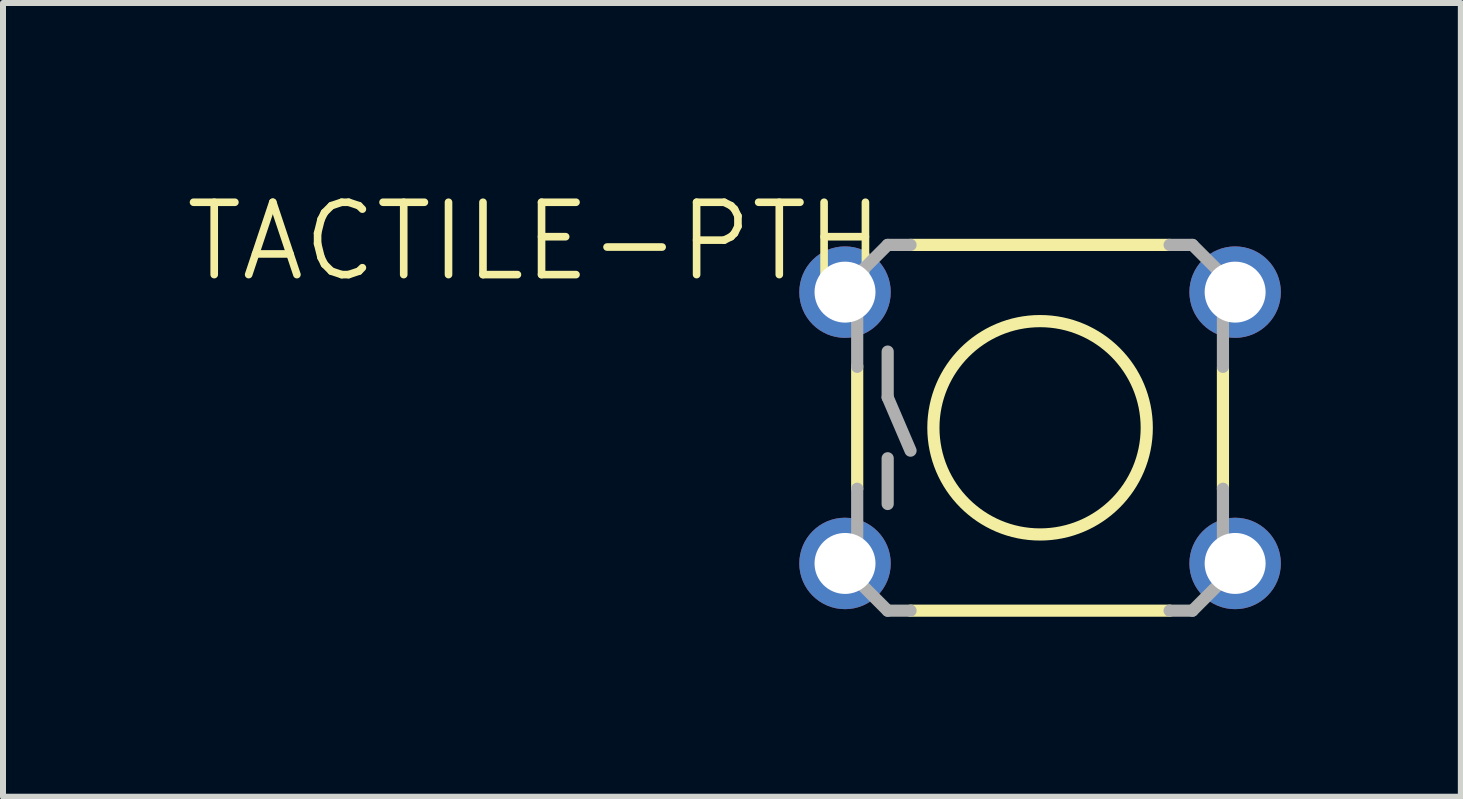
<source format=kicad_pcb>
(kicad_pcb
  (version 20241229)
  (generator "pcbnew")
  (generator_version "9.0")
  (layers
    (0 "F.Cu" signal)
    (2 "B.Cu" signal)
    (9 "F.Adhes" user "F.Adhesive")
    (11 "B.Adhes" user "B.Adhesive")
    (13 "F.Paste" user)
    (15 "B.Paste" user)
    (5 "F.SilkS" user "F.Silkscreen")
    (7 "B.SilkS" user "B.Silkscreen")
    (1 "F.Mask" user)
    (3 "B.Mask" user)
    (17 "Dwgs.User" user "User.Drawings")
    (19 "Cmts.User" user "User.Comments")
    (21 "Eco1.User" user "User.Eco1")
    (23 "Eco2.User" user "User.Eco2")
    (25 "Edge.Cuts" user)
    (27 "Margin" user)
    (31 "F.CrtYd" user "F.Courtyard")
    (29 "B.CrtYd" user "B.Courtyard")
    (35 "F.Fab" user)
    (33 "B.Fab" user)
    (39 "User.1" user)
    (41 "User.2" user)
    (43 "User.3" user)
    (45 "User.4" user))
  (footprint "TACTILE-PTH"
    (layer "F.Cu")
    (at 14.285 4.08)
    (property "Reference" "TACTILE-PTH" (at -2.54 -3.81 0) (layer "F.SilkS") (effects (font (size 1.206 1.206) (thickness 0.127)) (justify right top)))
    (attr through_hole)
    (fp_line (start -3.048 -1.028) (end -3.048 1.016) (stroke (width 0.203) (type solid)) (layer "F.SilkS"))
    (fp_line (start -2.159 3.048) (end 2.159 3.048) (stroke (width 0.203) (type solid)) (layer "F.SilkS"))
    (fp_line (start 2.159 -3.048) (end -2.159 -3.048) (stroke (width 0.203) (type solid)) (layer "F.SilkS"))
    (fp_line (start 3.048 -0.998) (end 3.048 1.016) (stroke (width 0.203) (type solid)) (layer "F.SilkS"))
    (fp_circle (center 0 0) (end 1.778 0) (stroke (width 0.203) (type solid)) (fill no) (layer "F.SilkS"))
    (fp_line (start -3.048 -2.54) (end -3.048 -1.016) (stroke (width 0.203) (type solid)) (layer "F.Fab"))
    (fp_line (start -3.048 2.54) (end -3.048 1.016) (stroke (width 0.203) (type solid)) (layer "F.Fab"))
    (fp_line (start -2.54 -3.048) (end -3.048 -2.54) (stroke (width 0.203) (type solid)) (layer "F.Fab"))
    (fp_line (start -2.54 -3.048) (end -2.159 -3.048) (stroke (width 0.203) (type solid)) (layer "F.Fab"))
    (fp_line (start -2.54 -1.27) (end -2.54 -0.508) (stroke (width 0.203) (type solid)) (layer "F.Fab"))
    (fp_line (start -2.54 -0.508) (end -2.159 0.381) (stroke (width 0.203) (type solid)) (layer "F.Fab"))
    (fp_line (start -2.54 0.508) (end -2.54 1.27) (stroke (width 0.203) (type solid)) (layer "F.Fab"))
    (fp_line (start -2.54 3.048) (end -3.048 2.54) (stroke (width 0.203) (type solid)) (layer "F.Fab"))
    (fp_line (start -2.54 3.048) (end -2.159 3.048) (stroke (width 0.203) (type solid)) (layer "F.Fab"))
    (fp_line (start 2.54 -3.048) (end 2.159 -3.048) (stroke (width 0.203) (type solid)) (layer "F.Fab"))
    (fp_line (start 2.54 3.048) (end 2.159 3.048) (stroke (width 0.203) (type solid)) (layer "F.Fab"))
    (fp_line (start 2.54 3.048) (end 3.048 2.54) (stroke (width 0.203) (type solid)) (layer "F.Fab"))
    (fp_line (start 3.048 -2.54) (end 2.54 -3.048) (stroke (width 0.203) (type solid)) (layer "F.Fab"))
    (fp_line (start 3.048 -1.016) (end 3.048 -2.54) (stroke (width 0.203) (type solid)) (layer "F.Fab"))
    (fp_line (start 3.048 2.54) (end 3.048 1.016) (stroke (width 0.203) (type solid)) (layer "F.Fab"))
    (pad "1" thru_hole circle (at -3.251 -2.261) (size 1.524 1.524) (drill 1.016) (layers "*.Cu" "*.Mask"))
    (pad "2" thru_hole circle (at 3.251 -2.261) (size 1.524 1.524) (drill 1.016) (layers "*.Cu" "*.Mask"))
    (pad "3" thru_hole circle (at -3.251 2.261) (size 1.524 1.524) (drill 1.016) (layers "*.Cu" "*.Mask"))
    (pad "4" thru_hole circle (at 3.251 2.261) (size 1.524 1.524) (drill 1.016) (layers "*.Cu" "*.Mask")))
  (gr_rect
    (start -3 -3)
    (end 21.298 10.229)
    (stroke (width 0.1) (type default))
    (fill no)
    (layer "Edge.Cuts")))
</source>
